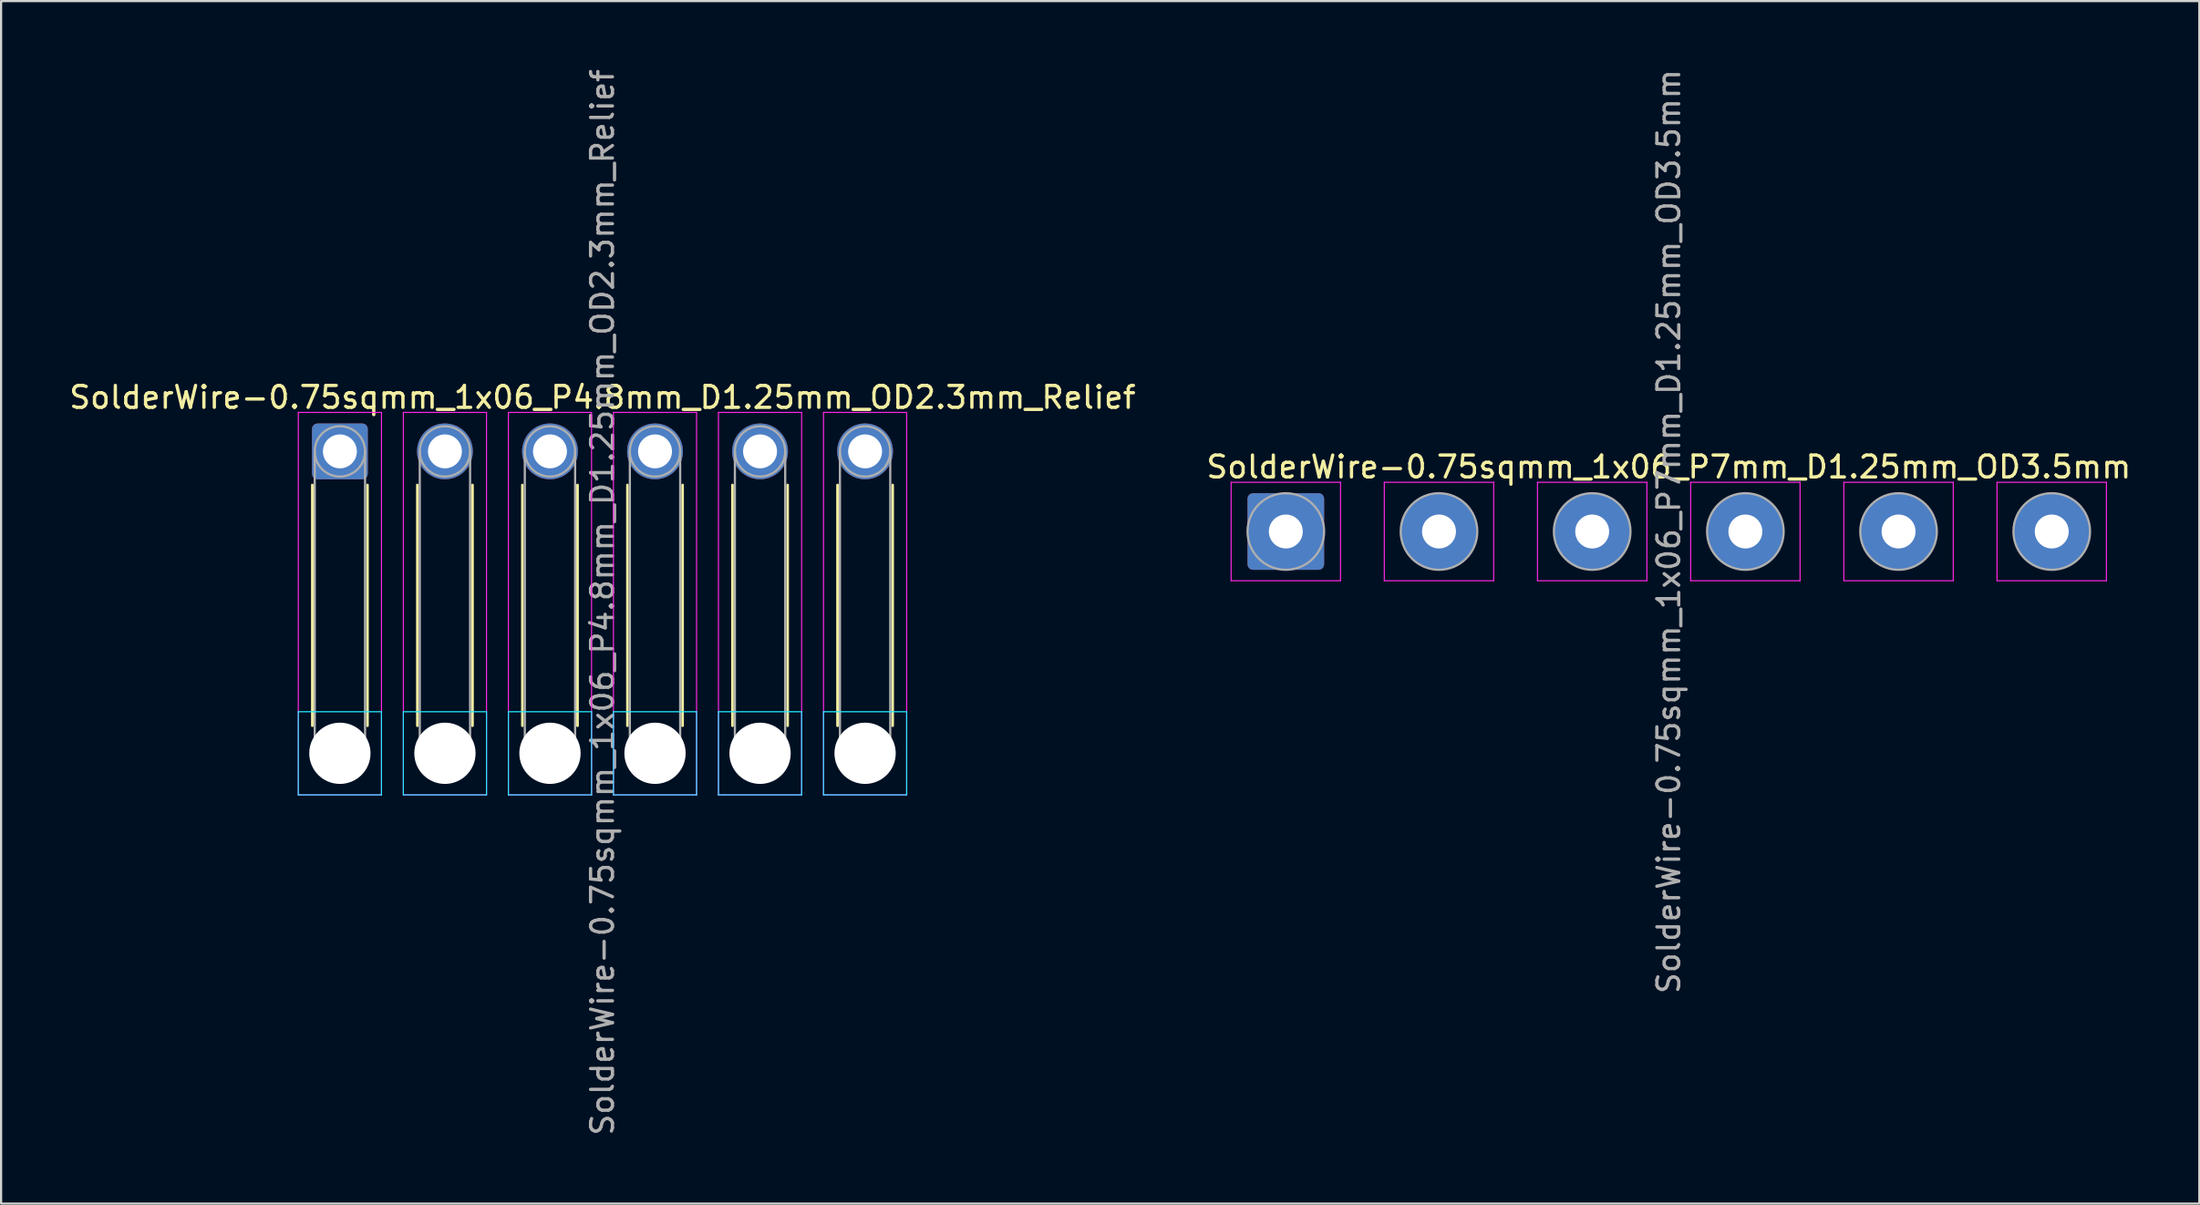
<source format=kicad_pcb>
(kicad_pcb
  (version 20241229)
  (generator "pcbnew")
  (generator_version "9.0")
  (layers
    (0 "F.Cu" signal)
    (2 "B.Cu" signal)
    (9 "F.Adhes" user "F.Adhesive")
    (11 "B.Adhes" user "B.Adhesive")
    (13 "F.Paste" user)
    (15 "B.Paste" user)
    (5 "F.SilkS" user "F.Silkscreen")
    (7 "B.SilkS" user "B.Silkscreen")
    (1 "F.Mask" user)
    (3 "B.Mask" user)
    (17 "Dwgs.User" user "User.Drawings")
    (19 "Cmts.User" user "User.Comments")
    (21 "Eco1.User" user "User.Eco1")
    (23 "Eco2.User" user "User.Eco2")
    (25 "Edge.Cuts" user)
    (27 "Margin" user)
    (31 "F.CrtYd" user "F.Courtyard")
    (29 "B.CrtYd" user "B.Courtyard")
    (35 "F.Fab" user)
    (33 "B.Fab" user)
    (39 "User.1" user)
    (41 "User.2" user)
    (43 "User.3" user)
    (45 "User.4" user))
  (footprint "SolderWire-0.75sqmm_1x06_P4.8mm_D1.25mm_OD2.3mm_Relief"
    (layer "F.Cu")
    (at 12.482 17.582)
    (property "Reference" "SolderWire-0.75sqmm_1x06_P4.8mm_D1.25mm_OD2.3mm_Relief" (at 12 -2.47 0) (layer "F.SilkS") (effects (font (size 1 1) (thickness 0.15))))
    (attr exclude_from_pos_files exclude_from_bom)
    (fp_line (start -1.26 1.535) (end -1.26 12.54) (stroke (width 0.12) (type solid)) (layer "F.SilkS"))
    (fp_line (start 1.26 1.535) (end 1.26 12.54) (stroke (width 0.12) (type solid)) (layer "F.SilkS"))
    (fp_line (start 3.54 1.535) (end 3.54 12.54) (stroke (width 0.12) (type solid)) (layer "F.SilkS"))
    (fp_line (start 6.06 1.535) (end 6.06 12.54) (stroke (width 0.12) (type solid)) (layer "F.SilkS"))
    (fp_line (start 8.34 1.535) (end 8.34 12.54) (stroke (width 0.12) (type solid)) (layer "F.SilkS"))
    (fp_line (start 10.86 1.535) (end 10.86 12.54) (stroke (width 0.12) (type solid)) (layer "F.SilkS"))
    (fp_line (start 13.14 1.535) (end 13.14 12.54) (stroke (width 0.12) (type solid)) (layer "F.SilkS"))
    (fp_line (start 15.66 1.535) (end 15.66 12.54) (stroke (width 0.12) (type solid)) (layer "F.SilkS"))
    (fp_line (start 17.94 1.535) (end 17.94 12.54) (stroke (width 0.12) (type solid)) (layer "F.SilkS"))
    (fp_line (start 20.46 1.535) (end 20.46 12.54) (stroke (width 0.12) (type solid)) (layer "F.SilkS"))
    (fp_line (start 22.74 1.535) (end 22.74 12.54) (stroke (width 0.12) (type solid)) (layer "F.SilkS"))
    (fp_line (start 25.26 1.535) (end 25.26 12.54) (stroke (width 0.12) (type solid)) (layer "F.SilkS"))
    (fp_line (start -1.9 11.9) (end -1.9 15.7) (stroke (width 0.05) (type solid)) (layer "B.CrtYd"))
    (fp_line (start -1.9 15.7) (end 1.9 15.7) (stroke (width 0.05) (type solid)) (layer "B.CrtYd"))
    (fp_line (start 1.9 11.9) (end -1.9 11.9) (stroke (width 0.05) (type solid)) (layer "B.CrtYd"))
    (fp_line (start 1.9 15.7) (end 1.9 11.9) (stroke (width 0.05) (type solid)) (layer "B.CrtYd"))
    (fp_line (start 2.9 11.9) (end 2.9 15.7) (stroke (width 0.05) (type solid)) (layer "B.CrtYd"))
    (fp_line (start 2.9 15.7) (end 6.7 15.7) (stroke (width 0.05) (type solid)) (layer "B.CrtYd"))
    (fp_line (start 6.7 11.9) (end 2.9 11.9) (stroke (width 0.05) (type solid)) (layer "B.CrtYd"))
    (fp_line (start 6.7 15.7) (end 6.7 11.9) (stroke (width 0.05) (type solid)) (layer "B.CrtYd"))
    (fp_line (start 7.7 11.9) (end 7.7 15.7) (stroke (width 0.05) (type solid)) (layer "B.CrtYd"))
    (fp_line (start 7.7 15.7) (end 11.5 15.7) (stroke (width 0.05) (type solid)) (layer "B.CrtYd"))
    (fp_line (start 11.5 11.9) (end 7.7 11.9) (stroke (width 0.05) (type solid)) (layer "B.CrtYd"))
    (fp_line (start 11.5 15.7) (end 11.5 11.9) (stroke (width 0.05) (type solid)) (layer "B.CrtYd"))
    (fp_line (start 12.5 11.9) (end 12.5 15.7) (stroke (width 0.05) (type solid)) (layer "B.CrtYd"))
    (fp_line (start 12.5 15.7) (end 16.3 15.7) (stroke (width 0.05) (type solid)) (layer "B.CrtYd"))
    (fp_line (start 16.3 11.9) (end 12.5 11.9) (stroke (width 0.05) (type solid)) (layer "B.CrtYd"))
    (fp_line (start 16.3 15.7) (end 16.3 11.9) (stroke (width 0.05) (type solid)) (layer "B.CrtYd"))
    (fp_line (start 17.3 11.9) (end 17.3 15.7) (stroke (width 0.05) (type solid)) (layer "B.CrtYd"))
    (fp_line (start 17.3 15.7) (end 21.1 15.7) (stroke (width 0.05) (type solid)) (layer "B.CrtYd"))
    (fp_line (start 21.1 11.9) (end 17.3 11.9) (stroke (width 0.05) (type solid)) (layer "B.CrtYd"))
    (fp_line (start 21.1 15.7) (end 21.1 11.9) (stroke (width 0.05) (type solid)) (layer "B.CrtYd"))
    (fp_line (start 22.1 11.9) (end 22.1 15.7) (stroke (width 0.05) (type solid)) (layer "B.CrtYd"))
    (fp_line (start 22.1 15.7) (end 25.9 15.7) (stroke (width 0.05) (type solid)) (layer "B.CrtYd"))
    (fp_line (start 25.9 11.9) (end 22.1 11.9) (stroke (width 0.05) (type solid)) (layer "B.CrtYd"))
    (fp_line (start 25.9 15.7) (end 25.9 11.9) (stroke (width 0.05) (type solid)) (layer "B.CrtYd"))
    (fp_line (start -1.9 -1.78) (end -1.9 15.7) (stroke (width 0.05) (type solid)) (layer "F.CrtYd"))
    (fp_line (start -1.9 15.7) (end 1.9 15.7) (stroke (width 0.05) (type solid)) (layer "F.CrtYd"))
    (fp_line (start 1.9 -1.78) (end -1.9 -1.78) (stroke (width 0.05) (type solid)) (layer "F.CrtYd"))
    (fp_line (start 1.9 15.7) (end 1.9 -1.78) (stroke (width 0.05) (type solid)) (layer "F.CrtYd"))
    (fp_line (start 2.9 -1.78) (end 2.9 15.7) (stroke (width 0.05) (type solid)) (layer "F.CrtYd"))
    (fp_line (start 2.9 15.7) (end 6.7 15.7) (stroke (width 0.05) (type solid)) (layer "F.CrtYd"))
    (fp_line (start 6.7 -1.78) (end 2.9 -1.78) (stroke (width 0.05) (type solid)) (layer "F.CrtYd"))
    (fp_line (start 6.7 15.7) (end 6.7 -1.78) (stroke (width 0.05) (type solid)) (layer "F.CrtYd"))
    (fp_line (start 7.7 -1.78) (end 7.7 15.7) (stroke (width 0.05) (type solid)) (layer "F.CrtYd"))
    (fp_line (start 7.7 15.7) (end 11.5 15.7) (stroke (width 0.05) (type solid)) (layer "F.CrtYd"))
    (fp_line (start 11.5 -1.78) (end 7.7 -1.78) (stroke (width 0.05) (type solid)) (layer "F.CrtYd"))
    (fp_line (start 11.5 15.7) (end 11.5 -1.78) (stroke (width 0.05) (type solid)) (layer "F.CrtYd"))
    (fp_line (start 12.5 -1.78) (end 12.5 15.7) (stroke (width 0.05) (type solid)) (layer "F.CrtYd"))
    (fp_line (start 12.5 15.7) (end 16.3 15.7) (stroke (width 0.05) (type solid)) (layer "F.CrtYd"))
    (fp_line (start 16.3 -1.78) (end 12.5 -1.78) (stroke (width 0.05) (type solid)) (layer "F.CrtYd"))
    (fp_line (start 16.3 15.7) (end 16.3 -1.78) (stroke (width 0.05) (type solid)) (layer "F.CrtYd"))
    (fp_line (start 17.3 -1.78) (end 17.3 15.7) (stroke (width 0.05) (type solid)) (layer "F.CrtYd"))
    (fp_line (start 17.3 15.7) (end 21.1 15.7) (stroke (width 0.05) (type solid)) (layer "F.CrtYd"))
    (fp_line (start 21.1 -1.78) (end 17.3 -1.78) (stroke (width 0.05) (type solid)) (layer "F.CrtYd"))
    (fp_line (start 21.1 15.7) (end 21.1 -1.78) (stroke (width 0.05) (type solid)) (layer "F.CrtYd"))
    (fp_line (start 22.1 -1.78) (end 22.1 15.7) (stroke (width 0.05) (type solid)) (layer "F.CrtYd"))
    (fp_line (start 22.1 15.7) (end 25.9 15.7) (stroke (width 0.05) (type solid)) (layer "F.CrtYd"))
    (fp_line (start 25.9 -1.78) (end 22.1 -1.78) (stroke (width 0.05) (type solid)) (layer "F.CrtYd"))
    (fp_line (start 25.9 15.7) (end 25.9 -1.78) (stroke (width 0.05) (type solid)) (layer "F.CrtYd"))
    (fp_line (start -1.15 0) (end -1.15 13.8) (stroke (width 0.1) (type solid)) (layer "F.Fab"))
    (fp_line (start 1.15 0) (end 1.15 13.8) (stroke (width 0.1) (type solid)) (layer "F.Fab"))
    (fp_line (start 3.65 0) (end 3.65 13.8) (stroke (width 0.1) (type solid)) (layer "F.Fab"))
    (fp_line (start 5.95 0) (end 5.95 13.8) (stroke (width 0.1) (type solid)) (layer "F.Fab"))
    (fp_line (start 8.45 0) (end 8.45 13.8) (stroke (width 0.1) (type solid)) (layer "F.Fab"))
    (fp_line (start 10.75 0) (end 10.75 13.8) (stroke (width 0.1) (type solid)) (layer "F.Fab"))
    (fp_line (start 13.25 0) (end 13.25 13.8) (stroke (width 0.1) (type solid)) (layer "F.Fab"))
    (fp_line (start 15.55 0) (end 15.55 13.8) (stroke (width 0.1) (type solid)) (layer "F.Fab"))
    (fp_line (start 18.05 0) (end 18.05 13.8) (stroke (width 0.1) (type solid)) (layer "F.Fab"))
    (fp_line (start 20.35 0) (end 20.35 13.8) (stroke (width 0.1) (type solid)) (layer "F.Fab"))
    (fp_line (start 22.85 0) (end 22.85 13.8) (stroke (width 0.1) (type solid)) (layer "F.Fab"))
    (fp_line (start 25.15 0) (end 25.15 13.8) (stroke (width 0.1) (type solid)) (layer "F.Fab"))
    (fp_circle (center 0 0) (end 1.15 0) (stroke (width 0.1) (type solid)) (fill no) (layer "F.Fab"))
    (fp_circle (center 0 13.8) (end 1.15 13.8) (stroke (width 0.1) (type solid)) (fill no) (layer "F.Fab"))
    (fp_circle (center 4.8 0) (end 5.95 0) (stroke (width 0.1) (type solid)) (fill no) (layer "F.Fab"))
    (fp_circle (center 4.8 13.8) (end 5.95 13.8) (stroke (width 0.1) (type solid)) (fill no) (layer "F.Fab"))
    (fp_circle (center 9.6 0) (end 10.75 0) (stroke (width 0.1) (type solid)) (fill no) (layer "F.Fab"))
    (fp_circle (center 9.6 13.8) (end 10.75 13.8) (stroke (width 0.1) (type solid)) (fill no) (layer "F.Fab"))
    (fp_circle (center 14.4 0) (end 15.55 0) (stroke (width 0.1) (type solid)) (fill no) (layer "F.Fab"))
    (fp_circle (center 14.4 13.8) (end 15.55 13.8) (stroke (width 0.1) (type solid)) (fill no) (layer "F.Fab"))
    (fp_circle (center 19.2 0) (end 20.35 0) (stroke (width 0.1) (type solid)) (fill no) (layer "F.Fab"))
    (fp_circle (center 19.2 13.8) (end 20.35 13.8) (stroke (width 0.1) (type solid)) (fill no) (layer "F.Fab"))
    (fp_circle (center 24 0) (end 25.15 0) (stroke (width 0.1) (type solid)) (fill no) (layer "F.Fab"))
    (fp_circle (center 24 13.8) (end 25.15 13.8) (stroke (width 0.1) (type solid)) (fill no) (layer "F.Fab"))
    (fp_text user "${REFERENCE}" (at 12 6.9 90) (layer "F.Fab") (effects (font (size 1 1) (thickness 0.15))))
    (pad "" np_thru_hole circle (at 0 13.8) (size 2.8 2.8) (drill 2.8) (layers "*.Cu" "*.Mask"))
    (pad "" np_thru_hole circle (at 4.8 13.8) (size 2.8 2.8) (drill 2.8) (layers "*.Cu" "*.Mask"))
    (pad "" np_thru_hole circle (at 9.6 13.8) (size 2.8 2.8) (drill 2.8) (layers "*.Cu" "*.Mask"))
    (pad "" np_thru_hole circle (at 14.4 13.8) (size 2.8 2.8) (drill 2.8) (layers "*.Cu" "*.Mask"))
    (pad "" np_thru_hole circle (at 19.2 13.8) (size 2.8 2.8) (drill 2.8) (layers "*.Cu" "*.Mask"))
    (pad "" np_thru_hole circle (at 24 13.8) (size 2.8 2.8) (drill 2.8) (layers "*.Cu" "*.Mask"))
    (pad "1" thru_hole roundrect (at 0 0) (size 2.55 2.55) (drill 1.55) (layers "*.Cu" "*.Mask") (roundrect_rratio 0.098))
    (pad "2" thru_hole circle (at 4.8 0) (size 2.55 2.55) (drill 1.55) (layers "*.Cu" "*.Mask"))
    (pad "3" thru_hole circle (at 9.6 0) (size 2.55 2.55) (drill 1.55) (layers "*.Cu" "*.Mask"))
    (pad "4" thru_hole circle (at 14.4 0) (size 2.55 2.55) (drill 1.55) (layers "*.Cu" "*.Mask"))
    (pad "5" thru_hole circle (at 19.2 0) (size 2.55 2.55) (drill 1.55) (layers "*.Cu" "*.Mask"))
    (pad "6" thru_hole circle (at 24 0) (size 2.55 2.55) (drill 1.55) (layers "*.Cu" "*.Mask")))
  (footprint "SolderWire-0.75sqmm_1x06_P7mm_D1.25mm_OD3.5mm"
    (layer "F.Cu")
    (at 55.708 21.244)
    (property "Reference" "SolderWire-0.75sqmm_1x06_P7mm_D1.25mm_OD3.5mm" (at 17.5 -2.95 0) (layer "F.SilkS") (effects (font (size 1 1) (thickness 0.15))))
    (attr exclude_from_pos_files exclude_from_bom)
    (fp_line (start -2.5 -2.25) (end -2.5 2.25) (stroke (width 0.05) (type solid)) (layer "F.CrtYd"))
    (fp_line (start -2.5 2.25) (end 2.5 2.25) (stroke (width 0.05) (type solid)) (layer "F.CrtYd"))
    (fp_line (start 2.5 -2.25) (end -2.5 -2.25) (stroke (width 0.05) (type solid)) (layer "F.CrtYd"))
    (fp_line (start 2.5 2.25) (end 2.5 -2.25) (stroke (width 0.05) (type solid)) (layer "F.CrtYd"))
    (fp_line (start 4.5 -2.25) (end 4.5 2.25) (stroke (width 0.05) (type solid)) (layer "F.CrtYd"))
    (fp_line (start 4.5 2.25) (end 9.5 2.25) (stroke (width 0.05) (type solid)) (layer "F.CrtYd"))
    (fp_line (start 9.5 -2.25) (end 4.5 -2.25) (stroke (width 0.05) (type solid)) (layer "F.CrtYd"))
    (fp_line (start 9.5 2.25) (end 9.5 -2.25) (stroke (width 0.05) (type solid)) (layer "F.CrtYd"))
    (fp_line (start 11.5 -2.25) (end 11.5 2.25) (stroke (width 0.05) (type solid)) (layer "F.CrtYd"))
    (fp_line (start 11.5 2.25) (end 16.5 2.25) (stroke (width 0.05) (type solid)) (layer "F.CrtYd"))
    (fp_line (start 16.5 -2.25) (end 11.5 -2.25) (stroke (width 0.05) (type solid)) (layer "F.CrtYd"))
    (fp_line (start 16.5 2.25) (end 16.5 -2.25) (stroke (width 0.05) (type solid)) (layer "F.CrtYd"))
    (fp_line (start 18.5 -2.25) (end 18.5 2.25) (stroke (width 0.05) (type solid)) (layer "F.CrtYd"))
    (fp_line (start 18.5 2.25) (end 23.5 2.25) (stroke (width 0.05) (type solid)) (layer "F.CrtYd"))
    (fp_line (start 23.5 -2.25) (end 18.5 -2.25) (stroke (width 0.05) (type solid)) (layer "F.CrtYd"))
    (fp_line (start 23.5 2.25) (end 23.5 -2.25) (stroke (width 0.05) (type solid)) (layer "F.CrtYd"))
    (fp_line (start 25.5 -2.25) (end 25.5 2.25) (stroke (width 0.05) (type solid)) (layer "F.CrtYd"))
    (fp_line (start 25.5 2.25) (end 30.5 2.25) (stroke (width 0.05) (type solid)) (layer "F.CrtYd"))
    (fp_line (start 30.5 -2.25) (end 25.5 -2.25) (stroke (width 0.05) (type solid)) (layer "F.CrtYd"))
    (fp_line (start 30.5 2.25) (end 30.5 -2.25) (stroke (width 0.05) (type solid)) (layer "F.CrtYd"))
    (fp_line (start 32.5 -2.25) (end 32.5 2.25) (stroke (width 0.05) (type solid)) (layer "F.CrtYd"))
    (fp_line (start 32.5 2.25) (end 37.5 2.25) (stroke (width 0.05) (type solid)) (layer "F.CrtYd"))
    (fp_line (start 37.5 -2.25) (end 32.5 -2.25) (stroke (width 0.05) (type solid)) (layer "F.CrtYd"))
    (fp_line (start 37.5 2.25) (end 37.5 -2.25) (stroke (width 0.05) (type solid)) (layer "F.CrtYd"))
    (fp_circle (center 0 0) (end 1.75 0) (stroke (width 0.1) (type solid)) (fill no) (layer "F.Fab"))
    (fp_circle (center 7 0) (end 8.75 0) (stroke (width 0.1) (type solid)) (fill no) (layer "F.Fab"))
    (fp_circle (center 14 0) (end 15.75 0) (stroke (width 0.1) (type solid)) (fill no) (layer "F.Fab"))
    (fp_circle (center 21 0) (end 22.75 0) (stroke (width 0.1) (type solid)) (fill no) (layer "F.Fab"))
    (fp_circle (center 28 0) (end 29.75 0) (stroke (width 0.1) (type solid)) (fill no) (layer "F.Fab"))
    (fp_circle (center 35 0) (end 36.75 0) (stroke (width 0.1) (type solid)) (fill no) (layer "F.Fab"))
    (fp_text user "${REFERENCE}" (at 17.5 0 90) (layer "F.Fab") (effects (font (size 1 1) (thickness 0.15))))
    (pad "1" thru_hole roundrect (at 0 0) (size 3.5 3.5) (drill 1.55) (layers "*.Cu" "*.Mask") (roundrect_rratio 0.071))
    (pad "2" thru_hole circle (at 7 0) (size 3.5 3.5) (drill 1.55) (layers "*.Cu" "*.Mask"))
    (pad "3" thru_hole circle (at 14 0) (size 3.5 3.5) (drill 1.55) (layers "*.Cu" "*.Mask"))
    (pad "4" thru_hole circle (at 21 0) (size 3.5 3.5) (drill 1.55) (layers "*.Cu" "*.Mask"))
    (pad "5" thru_hole circle (at 28 0) (size 3.5 3.5) (drill 1.55) (layers "*.Cu" "*.Mask"))
    (pad "6" thru_hole circle (at 35 0) (size 3.5 3.5) (drill 1.55) (layers "*.Cu" "*.Mask")))
  (gr_rect
    (start -3 -3)
    (end 97.452 51.964)
    (stroke (width 0.1) (type default))
    (fill no)
    (layer "Edge.Cuts")))
</source>
